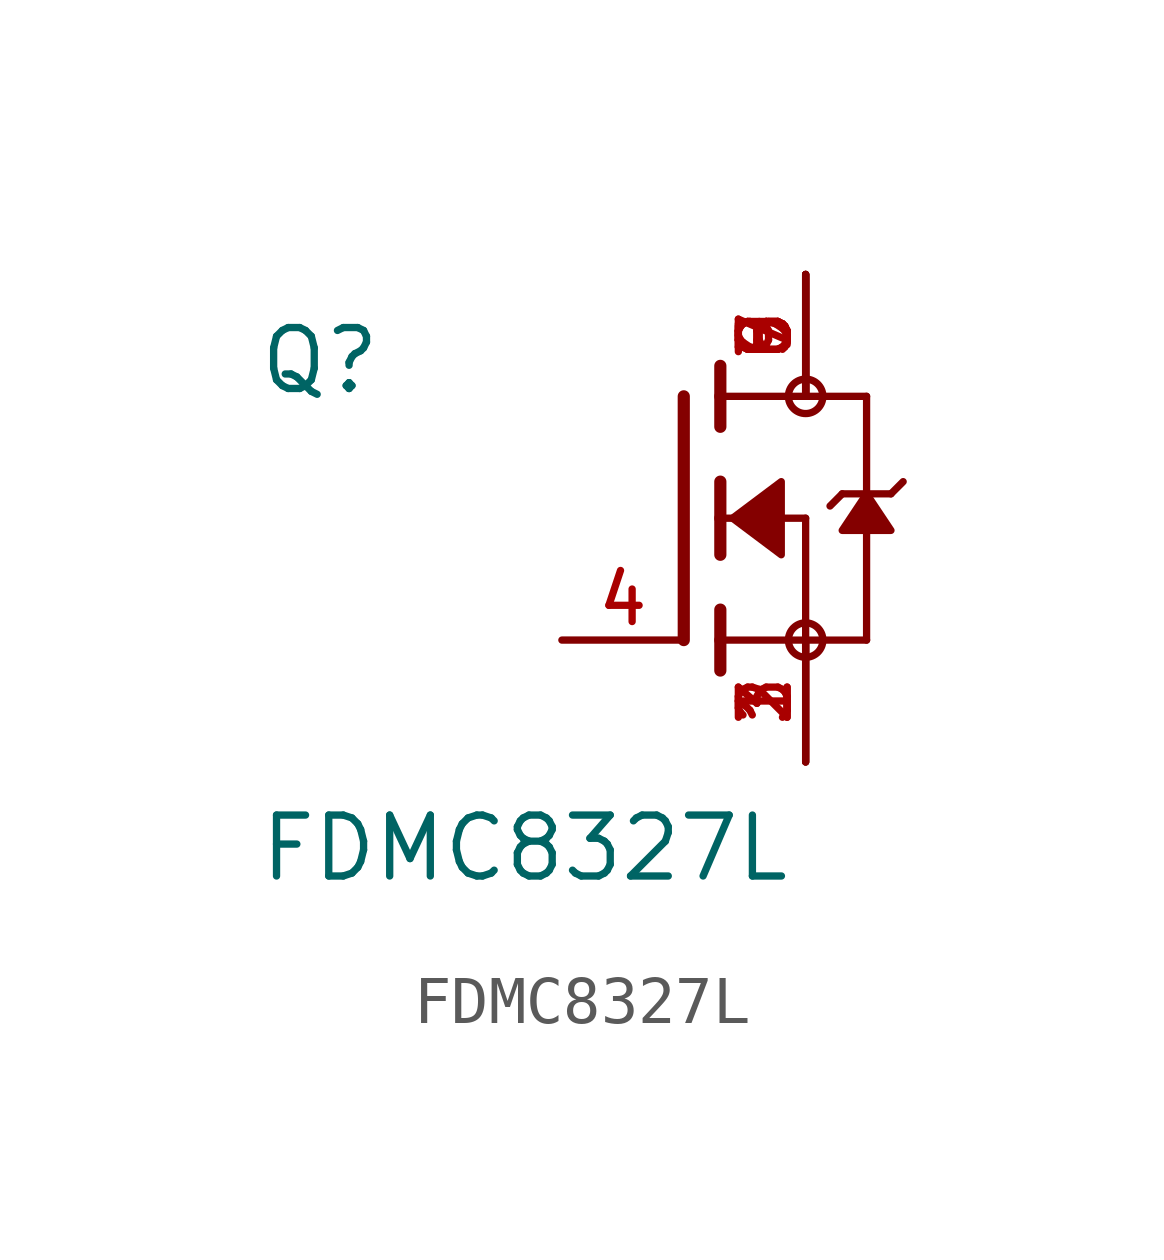
<source format=kicad_sym>
(kicad_symbol_lib
  (version 20211014)
  (generator kicad_symbol_editor)
  (symbol "FDMC8327L"
    (pin_names
      (offset 1.016))
    (property "Reference" "Q"
      (at -8.89 2.54 0)
      (effects (font (size 1.27 1.27)) (justify bottom left)))
    (property "Value" "FDMC8327L"
      (at -8.89 -7.62 0)
      (effects (font (size 1.27 1.27)) (justify bottom left)))
    (symbol "FDMC8327L_0_0"
      (polyline (pts (xy 0.762 0.762) (xy 0.762 0.0)) (stroke (width 0.254)))
      (polyline (pts (xy 0.762 0.0) (xy 0.762 -0.762)) (stroke (width 0.254)))
      (polyline (pts (xy 0.762 3.175) (xy 0.762 2.54)) (stroke (width 0.254)))
      (polyline (pts (xy 0.762 2.54) (xy 0.762 1.905)) (stroke (width 0.254)))
      (polyline (pts (xy 0.762 0.0) (xy 2.54 0.0)) (stroke (width 0.152)))
      (polyline (pts (xy 2.54 0.0) (xy 2.54 -2.54)) (stroke (width 0.152)))
      (polyline (pts (xy 0.762 -1.905) (xy 0.762 -2.54)) (stroke (width 0.254)))
      (polyline (pts (xy 0.762 -2.54) (xy 0.762 -3.175)) (stroke (width 0.254)))
      (polyline (pts (xy 0.0 2.54) (xy 0.0 -2.54)) (stroke (width 0.254)))
      (polyline (pts (xy 2.54 -2.54) (xy 0.762 -2.54)) (stroke (width 0.152)))
      (polyline (pts (xy 3.81 2.54) (xy 3.81 0.508)) (stroke (width 0.152)))
      (polyline (pts (xy 3.81 0.508) (xy 3.81 -2.54)) (stroke (width 0.152)))
      (polyline (pts (xy 2.54 -2.54) (xy 3.81 -2.54)) (stroke (width 0.152)))
      (polyline (pts (xy 0.762 2.54) (xy 3.81 2.54)) (stroke (width 0.152)))
      (polyline (pts (xy 4.572 0.762) (xy 4.318 0.508)) (stroke (width 0.152)))
      (polyline (pts (xy 4.318 0.508) (xy 3.81 0.508)) (stroke (width 0.152)))
      (polyline (pts (xy 3.81 0.508) (xy 3.302 0.508)) (stroke (width 0.152)))
      (polyline (pts (xy 3.302 0.508) (xy 3.048 0.254)) (stroke (width 0.152)))
      (circle (center 2.54 -2.54) (radius 0.359) (stroke (width 0.0)) (fill (type none)))
      (circle (center 2.54 2.54) (radius 0.359) (stroke (width 0.0)) (fill (type none)))
      (polyline (pts (xy 3.81 0.508) (xy 3.302 -0.254) (xy 4.318 -0.254) (xy 3.81 0.508)) (stroke (width 0.152)) (fill (type outline)))
      (polyline (pts (xy 1.016 0.0) (xy 2.032 0.762) (xy 2.032 -0.762) (xy 1.016 0.0)) (stroke (width 0.152)) (fill (type outline)))
      (pin passive line (at 2.54 -5.08 90.0) (length 2.54) (name "~" (effects (font (size 1.016 1.016)))) (number "1" (effects (font (size 1.016 1.016)))))
      (pin passive line (at 2.54 -5.08 90.0) (length 2.54) (name "~" (effects (font (size 1.016 1.016)))) (number "2" (effects (font (size 1.016 1.016)))))
      (pin passive line (at 2.54 -5.08 90.0) (length 2.54) (name "~" (effects (font (size 1.016 1.016)))) (number "3" (effects (font (size 1.016 1.016)))))
      (pin passive line (at -2.54 -2.54 0) (length 2.54) (name "~" (effects (font (size 1.016 1.016)))) (number "4" (effects (font (size 1.016 1.016)))))
      (pin passive line (at 2.54 5.08 270.0) (length 2.54) (name "~" (effects (font (size 1.016 1.016)))) (number "5" (effects (font (size 1.016 1.016)))))
      (pin passive line (at 2.54 5.08 270.0) (length 2.54) (name "~" (effects (font (size 1.016 1.016)))) (number "6" (effects (font (size 1.016 1.016)))))
      (pin passive line (at 2.54 5.08 270.0) (length 2.54) (name "~" (effects (font (size 1.016 1.016)))) (number "7" (effects (font (size 1.016 1.016)))))
      (pin passive line (at 2.54 5.08 270.0) (length 2.54) (name "~" (effects (font (size 1.016 1.016)))) (number "8" (effects (font (size 1.016 1.016)))))
      (pin passive line (at 2.54 5.08 270.0) (length 2.54) (name "~" (effects (font (size 1.016 1.016)))) (number "9" (effects (font (size 1.016 1.016))))))))
</source>
